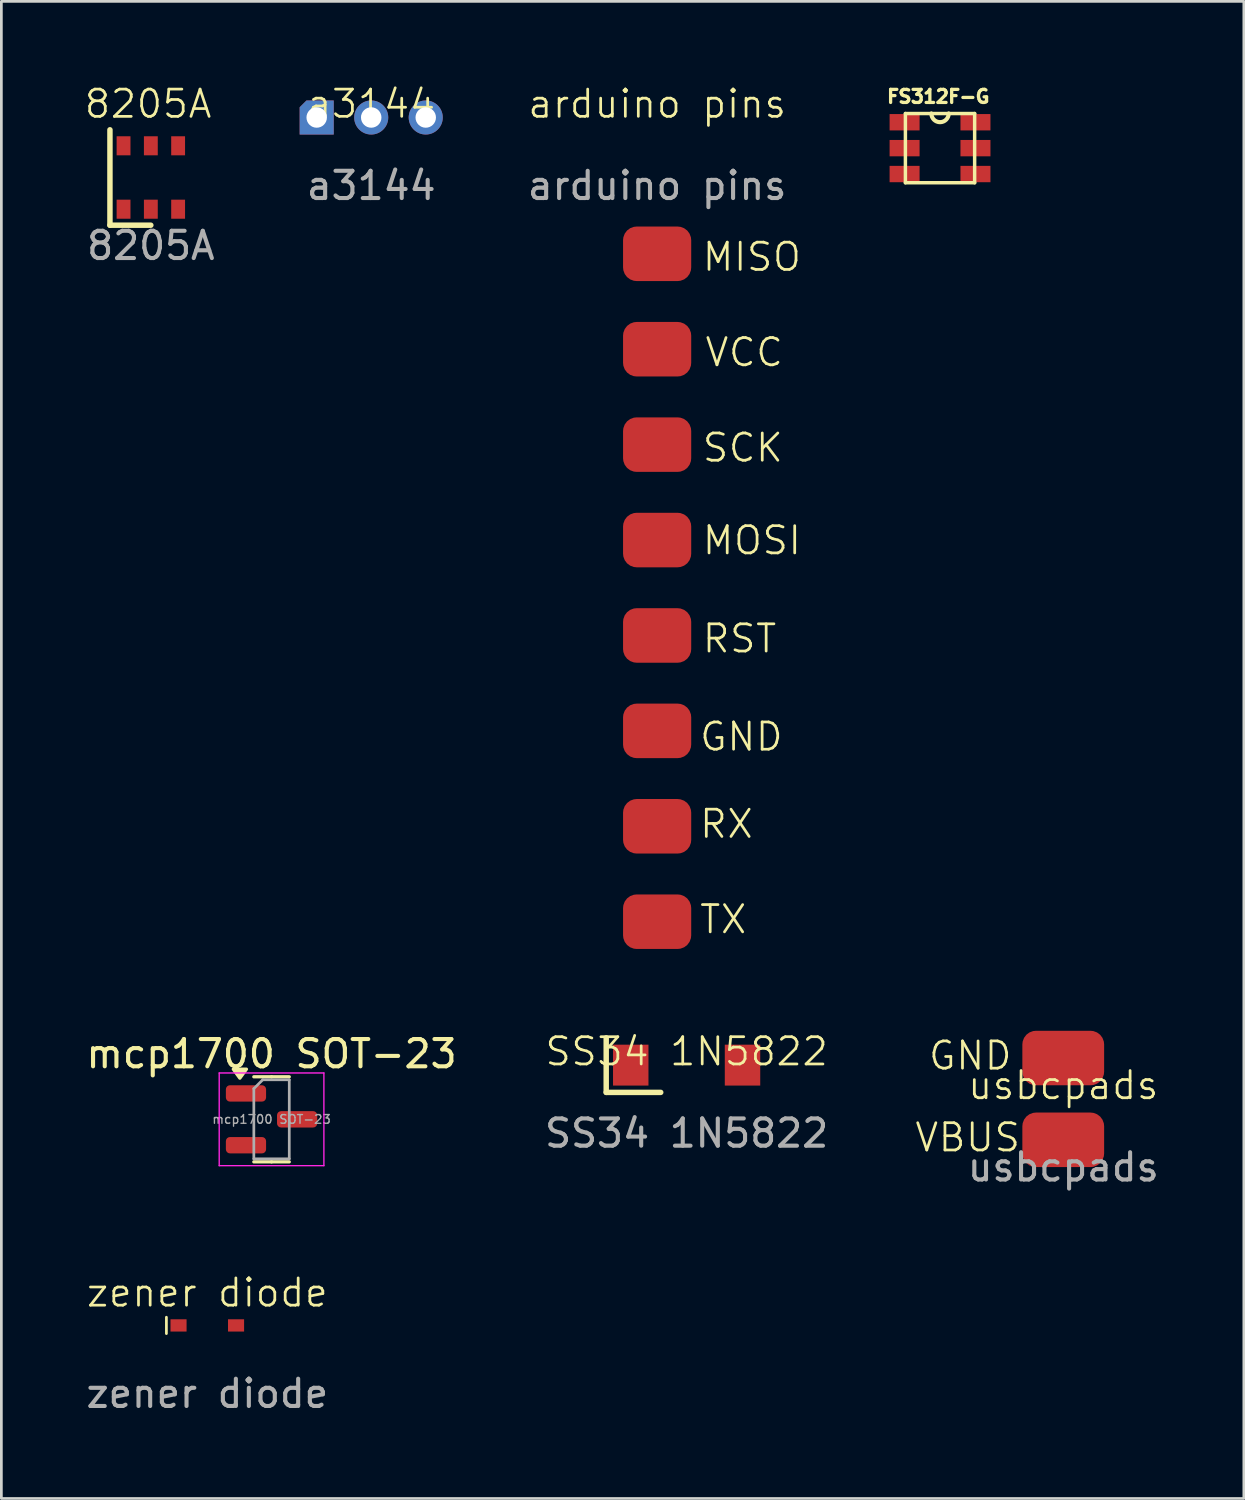
<source format=kicad_pcb>
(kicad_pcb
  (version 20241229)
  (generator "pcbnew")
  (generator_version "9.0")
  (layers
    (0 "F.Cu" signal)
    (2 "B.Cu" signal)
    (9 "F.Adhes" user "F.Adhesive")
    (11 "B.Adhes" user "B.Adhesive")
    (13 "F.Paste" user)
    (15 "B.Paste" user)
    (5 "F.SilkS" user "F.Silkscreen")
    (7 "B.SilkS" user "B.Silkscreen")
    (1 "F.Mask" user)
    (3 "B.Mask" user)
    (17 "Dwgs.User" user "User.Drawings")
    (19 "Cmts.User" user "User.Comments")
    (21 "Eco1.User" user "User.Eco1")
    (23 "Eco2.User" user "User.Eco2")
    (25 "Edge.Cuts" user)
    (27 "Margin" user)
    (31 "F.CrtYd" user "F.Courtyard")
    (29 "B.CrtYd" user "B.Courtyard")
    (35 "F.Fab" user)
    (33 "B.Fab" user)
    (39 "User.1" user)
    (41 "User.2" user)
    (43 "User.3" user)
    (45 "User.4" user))
  (footprint "FS312F-G"
    (layer "F.Cu")
    (at 31.432 2.384)
    (property "Reference" "FS312F-G" (at -0.064 -1.892 0) (layer "F.SilkS") (effects (font (size 0.48 0.48) (thickness 0.15))))
    (attr smd)
    (fp_line (start -1.27 -1.27) (end -0.318 -1.27) (stroke (width 0.127) (type solid)) (layer "F.SilkS"))
    (fp_line (start -1.27 1.27) (end -1.27 -1.27) (stroke (width 0.127) (type solid)) (layer "F.SilkS"))
    (fp_line (start 0.318 -1.27) (end -0.318 -1.27) (stroke (width 0.127) (type solid)) (layer "F.SilkS"))
    (fp_line (start 0.318 -1.27) (end 1.27 -1.27) (stroke (width 0.127) (type solid)) (layer "F.SilkS"))
    (fp_line (start 1.27 -1.27) (end 1.27 1.27) (stroke (width 0.127) (type solid)) (layer "F.SilkS"))
    (fp_line (start 1.27 1.27) (end -1.27 1.27) (stroke (width 0.127) (type solid)) (layer "F.SilkS"))
    (fp_arc (start 0.3175 -1.27) (mid 0 -0.9525) (end -0.3175 -1.27) (stroke (width 0.1524) (type solid)) (layer "F.SilkS"))
    (pad "1" smd rect (at -1.3 -0.95) (size 1.1 0.6) (layers "F.Cu" "F.Mask" "F.Paste"))
    (pad "2" smd rect (at -1.3 0) (size 1.1 0.6) (layers "F.Cu" "F.Mask" "F.Paste"))
    (pad "3" smd rect (at -1.3 0.95) (size 1.1 0.6) (layers "F.Cu" "F.Mask" "F.Paste"))
    (pad "4" smd rect (at 1.3 0.95) (size 1.1 0.6) (layers "F.Cu" "F.Mask" "F.Paste"))
    (pad "5" smd rect (at 1.3 0) (size 1.1 0.6) (layers "F.Cu" "F.Mask" "F.Paste"))
    (pad "6" smd rect (at 1.3 -0.95) (size 1.1 0.6) (layers "F.Cu" "F.Mask" "F.Paste")))
  (footprint "a3144"
    (layer "F.Cu")
    (at 10.567 1.26)
    (property "Reference" "a3144" (at 0 -0.5 0) (unlocked yes) (layer "F.SilkS") (effects (font (size 1 1) (thickness 0.1))))
    (attr smd)
    (fp_text user "${REFERENCE}" (at 0 2.5 0) (unlocked yes) (layer "F.Fab") (effects (font (size 1 1) (thickness 0.15))))
    (pad "1" thru_hole roundrect (at -2 0) (size 1.25 1.25) (drill 0.75) (layers "*.Cu" "*.Mask") (roundrect_rratio 0) (chamfer_ratio 0.2) (chamfer top_left))
    (pad "2" thru_hole circle (at 0 0) (size 1.25 1.25) (drill 0.75) (layers "*.Cu" "*.Mask"))
    (pad "3" thru_hole circle (at 2 0) (size 1.25 1.25) (drill 0.75) (layers "*.Cu" "*.Mask")))
  (footprint "8205A"
    (layer "F.Cu")
    (at 2.483 3.461)
    (property "Reference" "8205A" (at -0.1 -2.7 0) (unlocked yes) (layer "F.SilkS") (effects (font (size 1 1) (thickness 0.1))))
    (attr smd)
    (fp_line (start -1.5 1.75) (end -1.5 -1.75) (stroke (width 0.2) (type default)) (layer "F.SilkS"))
    (fp_line (start -1.5 1.75) (end 0 1.75) (stroke (width 0.2) (type default)) (layer "F.SilkS"))
    (fp_text user "${REFERENCE}" (at 0 2.5 0) (unlocked yes) (layer "F.Fab") (effects (font (size 1 1) (thickness 0.15))))
    (pad "1" smd rect (at -1.001 1.163) (size 0.508 0.699) (layers "F.Cu" "F.Mask" "F.Paste"))
    (pad "2" smd rect (at 0 1.163) (size 0.508 0.699) (layers "F.Cu" "F.Mask" "F.Paste"))
    (pad "3" smd rect (at 1.001 1.163) (size 0.508 0.699) (layers "F.Cu" "F.Mask" "F.Paste"))
    (pad "4" smd rect (at 1.001 -1.163) (size 0.508 0.699) (layers "F.Cu" "F.Mask" "F.Paste"))
    (pad "5" smd rect (at 0 -1.163) (size 0.508 0.699) (layers "F.Cu" "F.Mask" "F.Paste"))
    (pad "6" smd rect (at -1.001 -1.163) (size 0.508 0.699) (layers "F.Cu" "F.Mask" "F.Paste")))
  (footprint "arduino pins"
    (layer "F.Cu")
    (at 21.055 1.26)
    (property "Reference" "arduino pins" (at 0 -0.5 0) (unlocked yes) (layer "F.SilkS") (effects (font (size 1 1) (thickness 0.1))))
    (attr smd)
    (fp_text user "TX" (at 1.5 30 0) (unlocked yes) (layer "F.SilkS") (effects (font (size 1 1) (thickness 0.1)) (justify left bottom)))
    (fp_text user "MOSI" (at 1.6 16.1 0) (unlocked yes) (layer "F.SilkS") (effects (font (size 1 1) (thickness 0.1)) (justify left bottom)))
    (fp_text user "VCC" (at 1.7 9.2 0) (unlocked yes) (layer "F.SilkS") (effects (font (size 1 1) (thickness 0.1)) (justify left bottom)))
    (fp_text user "SCK" (at 1.6 12.7 0) (unlocked yes) (layer "F.SilkS") (effects (font (size 1 1) (thickness 0.1)) (justify left bottom)))
    (fp_text user "GND" (at 1.5 23.3 0) (unlocked yes) (layer "F.SilkS") (effects (font (size 1 1) (thickness 0.1)) (justify left bottom)))
    (fp_text user "RX" (at 1.5 26.5 0) (unlocked yes) (layer "F.SilkS") (effects (font (size 1 1) (thickness 0.1)) (justify left bottom)))
    (fp_text user "RST" (at 1.6 19.7 0) (unlocked yes) (layer "F.SilkS") (effects (font (size 1 1) (thickness 0.1)) (justify left bottom)))
    (fp_text user "MISO" (at 1.6 5.7 0) (unlocked yes) (layer "F.SilkS") (effects (font (size 1 1) (thickness 0.1)) (justify left bottom)))
    (fp_text user "${REFERENCE}" (at 0 2.5 0) (unlocked yes) (layer "F.Fab") (effects (font (size 1 1) (thickness 0.15))))
    (pad "1" smd roundrect (at 0 5) (size 2.5 2) (layers "F.Cu" "F.Mask" "F.Paste") (roundrect_rratio 0.25))
    (pad "2" smd roundrect (at 0 8.5) (size 2.5 2) (layers "F.Cu" "F.Mask" "F.Paste") (roundrect_rratio 0.25))
    (pad "3" smd roundrect (at 0 12) (size 2.5 2) (layers "F.Cu" "F.Mask" "F.Paste") (roundrect_rratio 0.25))
    (pad "4" smd roundrect (at 0 15.5) (size 2.5 2) (layers "F.Cu" "F.Mask" "F.Paste") (roundrect_rratio 0.25))
    (pad "5" smd roundrect (at 0 19) (size 2.5 2) (layers "F.Cu" "F.Mask" "F.Paste") (roundrect_rratio 0.25))
    (pad "6" smd roundrect (at 0 22.5) (size 2.5 2) (layers "F.Cu" "F.Mask" "F.Paste") (roundrect_rratio 0.25))
    (pad "7" smd roundrect (at 0 26) (size 2.5 2) (layers "F.Cu" "F.Mask" "F.Paste") (roundrect_rratio 0.25))
    (pad "8" smd roundrect (at 0 29.5) (size 2.5 2) (layers "F.Cu" "F.Mask" "F.Paste") (roundrect_rratio 0.25)))
  (footprint "usbcpads"
    (layer "F.Cu")
    (at 35.952 37.261)
    (property "Reference" "usbcpads" (at 0 -0.5 0) (unlocked yes) (layer "F.SilkS") (effects (font (size 1 1) (thickness 0.1))))
    (attr smd)
    (fp_text user "GND" (at -5 -1 0) (unlocked yes) (layer "F.SilkS") (effects (font (size 1 1) (thickness 0.1)) (justify left bottom)))
    (fp_text user "VBUS" (at -5.5 2 0) (unlocked yes) (layer "F.SilkS") (effects (font (size 1 1) (thickness 0.1)) (justify left bottom)))
    (fp_text user "${REFERENCE}" (at 0 2.5 0) (unlocked yes) (layer "F.Fab") (effects (font (size 1 1) (thickness 0.15))))
    (pad "1" smd roundrect (at 0 1.5) (size 3 2) (layers "F.Cu" "F.Mask" "F.Paste") (roundrect_rratio 0.25))
    (pad "2" smd roundrect (at 0 -1.5) (size 3 2) (layers "F.Cu" "F.Mask" "F.Paste") (roundrect_rratio 0.25)))
  (footprint "mcp1700 SOT-23"
    (layer "F.Cu")
    (at 6.911 38.009)
    (property "Reference" "mcp1700 SOT-23" (at 0 -2.4 0) (layer "F.SilkS") (effects (font (size 1 1) (thickness 0.15))))
    (attr smd)
    (fp_line (start 0 -1.56) (end -0.65 -1.56) (stroke (width 0.12) (type solid)) (layer "F.SilkS"))
    (fp_line (start 0 -1.56) (end 0.65 -1.56) (stroke (width 0.12) (type solid)) (layer "F.SilkS"))
    (fp_line (start 0 1.56) (end -0.65 1.56) (stroke (width 0.12) (type solid)) (layer "F.SilkS"))
    (fp_line (start 0 1.56) (end 0.65 1.56) (stroke (width 0.12) (type solid)) (layer "F.SilkS"))
    (fp_poly (pts (xy -1.163 -1.51) (xy -1.403 -1.84) (xy -0.922 -1.84) (xy -1.163 -1.51)) (stroke (width 0.12) (type solid)) (fill yes) (layer "F.SilkS"))
    (fp_line (start -1.92 -1.7) (end -1.92 1.7) (stroke (width 0.05) (type solid)) (layer "F.CrtYd"))
    (fp_line (start -1.92 1.7) (end 1.92 1.7) (stroke (width 0.05) (type solid)) (layer "F.CrtYd"))
    (fp_line (start 1.92 -1.7) (end -1.92 -1.7) (stroke (width 0.05) (type solid)) (layer "F.CrtYd"))
    (fp_line (start 1.92 1.7) (end 1.92 -1.7) (stroke (width 0.05) (type solid)) (layer "F.CrtYd"))
    (fp_line (start -0.65 -1.125) (end -0.325 -1.45) (stroke (width 0.1) (type solid)) (layer "F.Fab"))
    (fp_line (start -0.65 1.45) (end -0.65 -1.125) (stroke (width 0.1) (type solid)) (layer "F.Fab"))
    (fp_line (start -0.325 -1.45) (end 0.65 -1.45) (stroke (width 0.1) (type solid)) (layer "F.Fab"))
    (fp_line (start 0.65 -1.45) (end 0.65 1.45) (stroke (width 0.1) (type solid)) (layer "F.Fab"))
    (fp_line (start 0.65 1.45) (end -0.65 1.45) (stroke (width 0.1) (type solid)) (layer "F.Fab"))
    (fp_text user "${REFERENCE}" (at 0 0 0) (layer "F.Fab") (effects (font (size 0.32 0.32) (thickness 0.05))))
    (pad "1" smd roundrect (at 0.938 0) (size 1.475 0.6) (layers "F.Cu" "F.Mask" "F.Paste") (roundrect_rratio 0.25))
    (pad "2" smd roundrect (at -0.938 0.95) (size 1.475 0.6) (layers "F.Cu" "F.Mask" "F.Paste") (roundrect_rratio 0.25))
    (pad "3" smd roundrect (at -0.938 -0.95) (size 1.475 0.6) (layers "F.Cu" "F.Mask" "F.Paste") (roundrect_rratio 0.25)))
  (footprint "SS34 1N5822"
    (layer "F.Cu")
    (at 22.137 36.021)
    (property "Reference" "SS34 1N5822" (at 0 -0.5 0) (unlocked yes) (layer "F.SilkS") (effects (font (size 1 1) (thickness 0.1))))
    (attr smd)
    (fp_line (start -2.95 -1) (end -2.95 1) (stroke (width 0.2) (type default)) (layer "F.SilkS"))
    (fp_line (start -2.95 1) (end -0.95 1) (stroke (width 0.2) (type default)) (layer "F.SilkS"))
    (fp_text user "${REFERENCE}" (at 0 2.5 0) (unlocked yes) (layer "F.Fab") (effects (font (size 1 1) (thickness 0.15))))
    (pad "1" smd rect (at -2.05 0) (size 1.3 1.5) (layers "F.Cu" "F.Mask" "F.Paste"))
    (pad "2" smd rect (at 2.05 0) (size 1.3 1.5) (layers "F.Cu" "F.Mask" "F.Paste")))
  (footprint "zener diode"
    (layer "F.Cu")
    (at 4.554 45.569)
    (property "Reference" "zener diode" (at 0 -1.2 0) (unlocked yes) (layer "F.SilkS") (effects (font (size 1 1) (thickness 0.1))))
    (attr smd)
    (fp_line (start -1.5 -0.3) (end -1.5 0.3) (stroke (width 0.1) (type default)) (layer "F.SilkS"))
    (fp_text user "${REFERENCE}" (at 0 2.5 0) (unlocked yes) (layer "F.Fab") (effects (font (size 1 1) (thickness 0.15))))
    (pad "1" smd rect (at -1.055 0) (size 0.59 0.45) (layers "F.Cu" "F.Mask" "F.Paste"))
    (pad "2" smd rect (at 1.055 0) (size 0.59 0.45) (layers "F.Cu" "F.Mask" "F.Paste")))
  (gr_rect
    (start -3 -3)
    (end 42.577 51.917)
    (stroke (width 0.1) (type default))
    (fill no)
    (layer "Edge.Cuts")))
</source>
